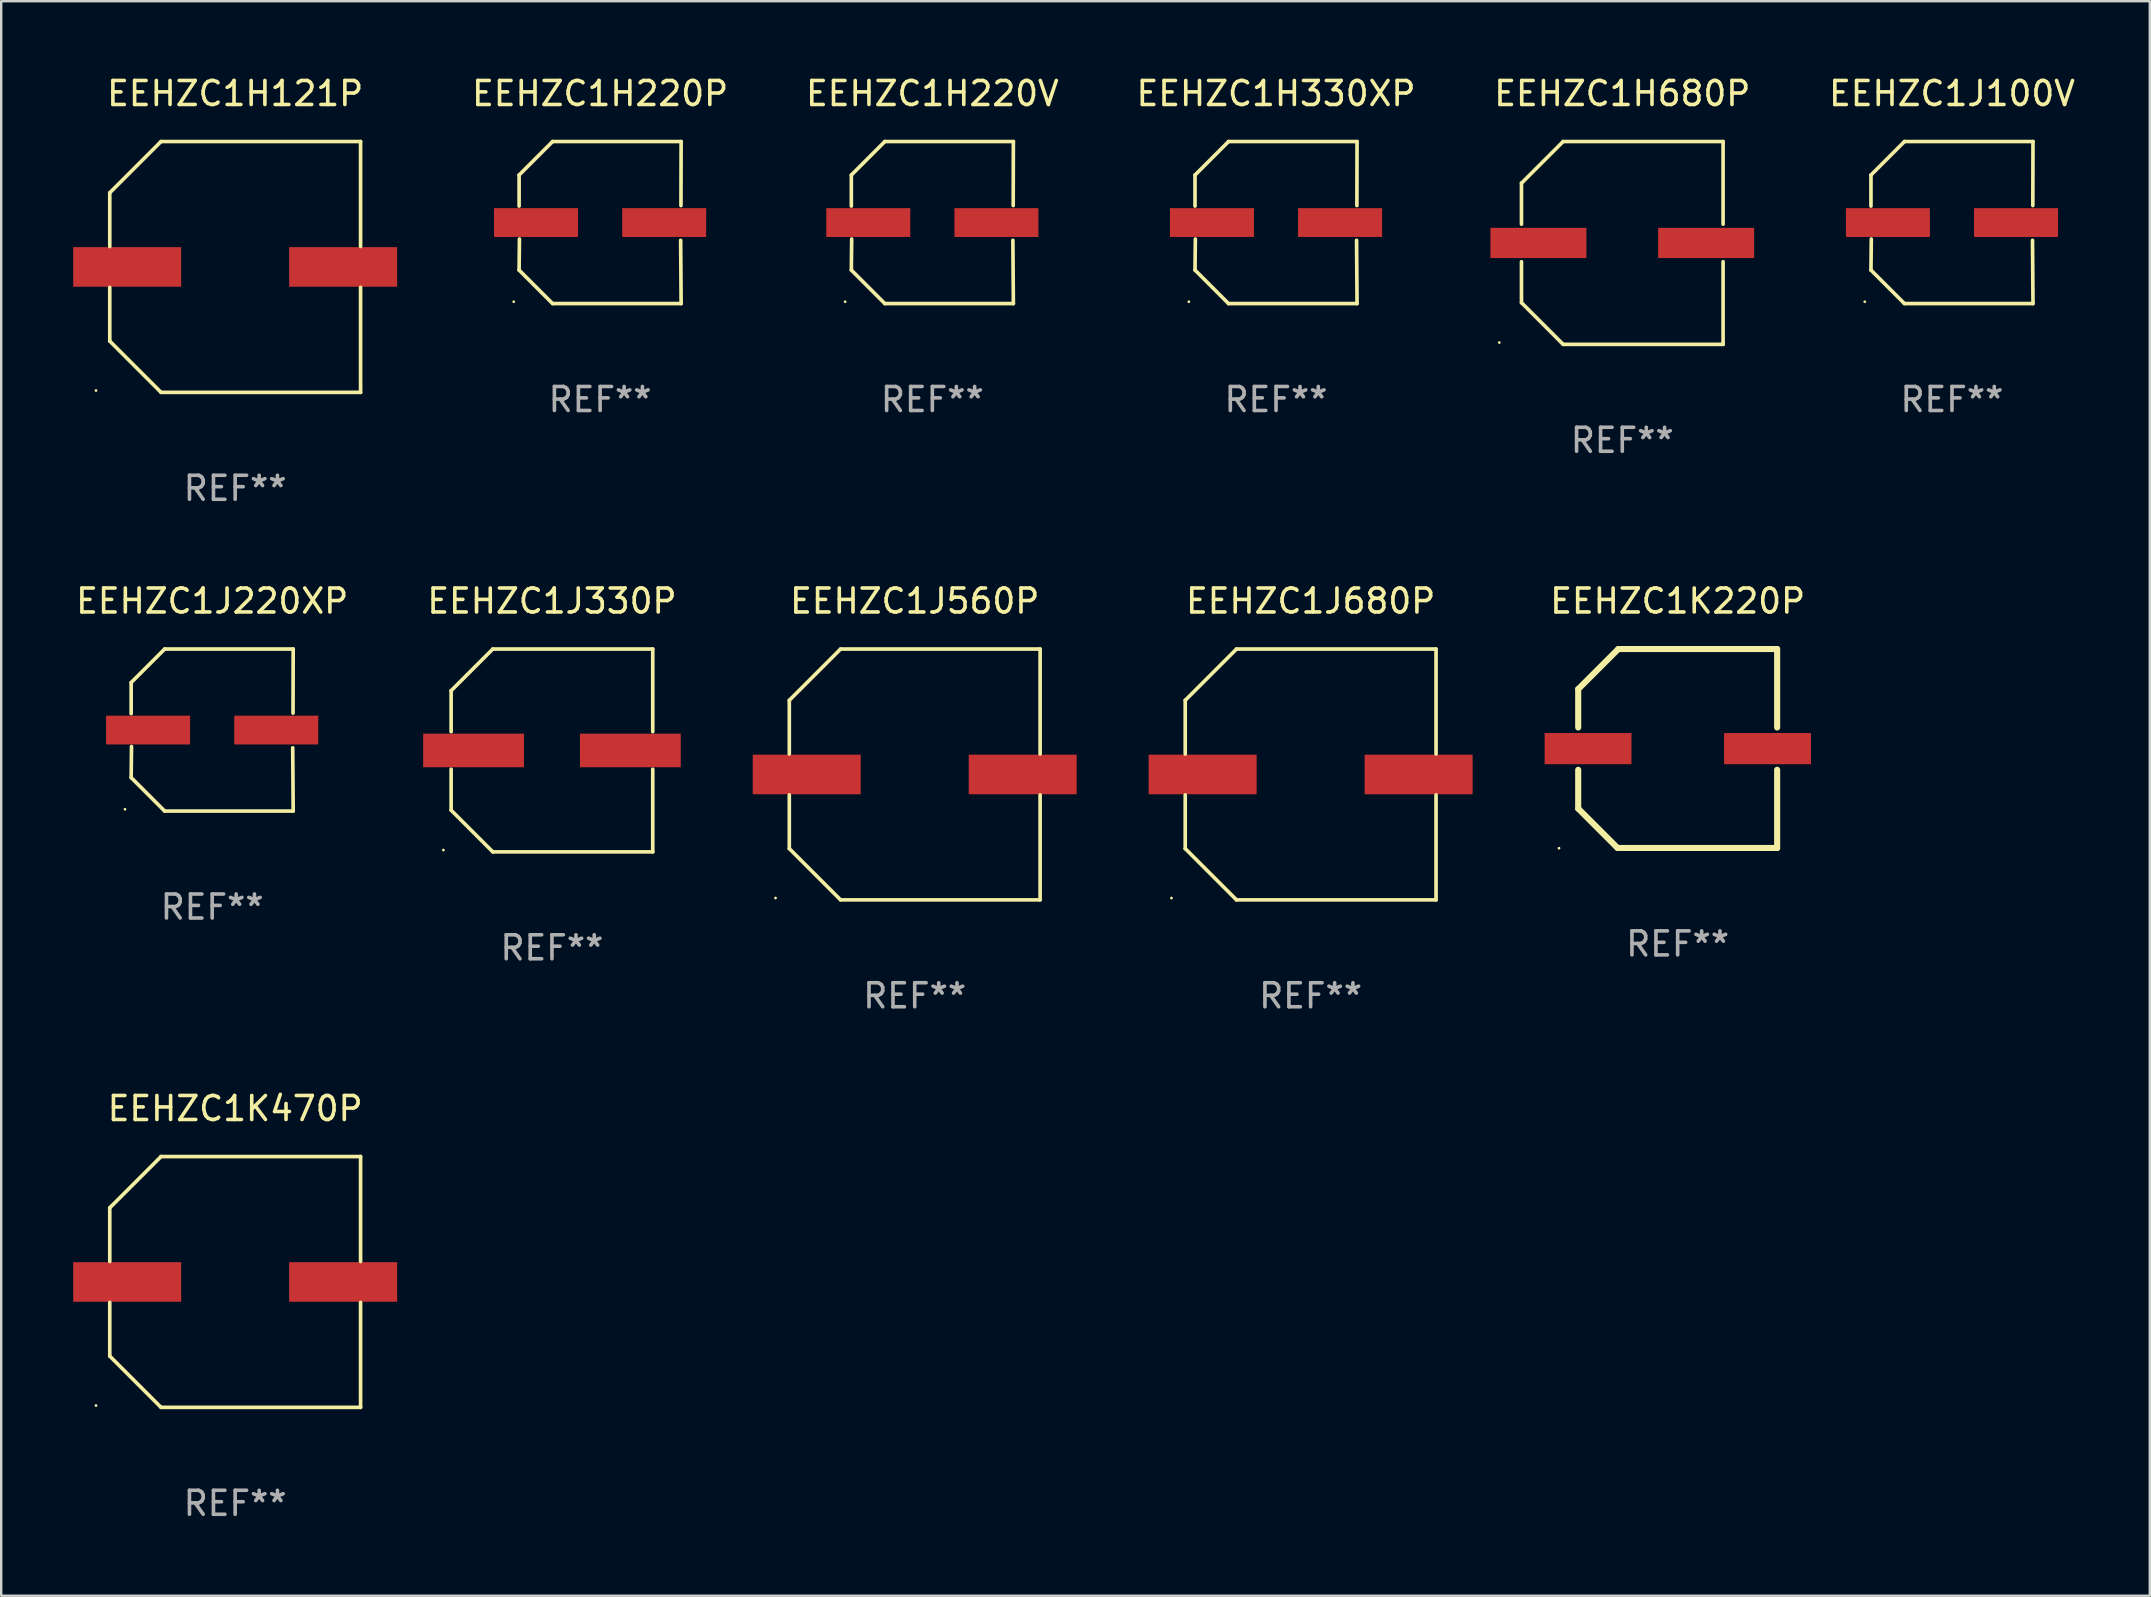
<source format=kicad_pcb>
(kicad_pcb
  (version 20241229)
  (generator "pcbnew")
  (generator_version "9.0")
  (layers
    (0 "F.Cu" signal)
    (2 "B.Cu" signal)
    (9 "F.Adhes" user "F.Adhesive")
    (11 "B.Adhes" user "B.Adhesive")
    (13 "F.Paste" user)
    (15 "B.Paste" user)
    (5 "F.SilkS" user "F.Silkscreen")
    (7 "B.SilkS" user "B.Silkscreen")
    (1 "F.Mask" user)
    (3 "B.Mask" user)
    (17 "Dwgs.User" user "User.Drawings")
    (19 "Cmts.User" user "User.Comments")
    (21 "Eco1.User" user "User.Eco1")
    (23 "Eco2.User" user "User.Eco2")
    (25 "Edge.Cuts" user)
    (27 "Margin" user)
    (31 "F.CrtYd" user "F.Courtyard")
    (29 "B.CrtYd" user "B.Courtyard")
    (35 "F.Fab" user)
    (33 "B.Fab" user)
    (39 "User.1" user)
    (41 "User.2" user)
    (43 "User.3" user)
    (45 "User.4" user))
  (footprint "EEHZC1H330XP"
    (layer "F.Cu")
    (at 50.125 6.224)
    (property "Reference" "EEHZC1H330XP" (at 0 -5.376 0) (layer "F.SilkS") (effects (font (size 1 1) (thickness 0.15))))
    (attr through_hole)
    (fp_line (start -3.376 -1.98) (end -3.376 -0.686) (stroke (width 0.152) (type solid)) (layer "F.SilkS"))
    (fp_line (start -3.376 1.981) (end -3.362 0.686) (stroke (width 0.152) (type solid)) (layer "F.SilkS"))
    (fp_line (start -1.981 3.376) (end -3.376 1.981) (stroke (width 0.152) (type solid)) (layer "F.SilkS"))
    (fp_line (start -1.98 -3.376) (end -3.376 -1.98) (stroke (width 0.152) (type solid)) (layer "F.SilkS"))
    (fp_line (start 3.356 0.74) (end 3.376 3.376) (stroke (width 0.152) (type solid)) (layer "F.SilkS"))
    (fp_line (start 3.369 -0.707) (end 3.376 -3.376) (stroke (width 0.152) (type solid)) (layer "F.SilkS"))
    (fp_line (start 3.376 3.376) (end -1.981 3.376) (stroke (width 0.152) (type solid)) (layer "F.SilkS"))
    (fp_line (start 3.376 -3.376) (end -1.98 -3.376) (stroke (width 0.152) (type solid)) (layer "F.SilkS"))
    (fp_circle (center -3.634 3.3) (end -3.604 3.3) (stroke (width 0.06) (type solid)) (fill no) (layer "F.SilkS"))
    (fp_text user "REF**" (at 0 7.376 0) (layer "F.Fab") (effects (font (size 1 1) (thickness 0.15))))
    (pad "1" smd rect (at -2.67 0.000254) (size 3.5 1.2) (layers "F.Cu" "F.Mask" "F.Paste"))
    (pad "2" smd rect (at 2.67 0.000254) (size 3.5 1.2) (layers "F.Cu" "F.Mask" "F.Paste")))
  (footprint "EEHZC1J330P"
    (layer "F.Cu")
    (at 19.951 28.223)
    (property "Reference" "EEHZC1J330P" (at 0 -6.226 0) (layer "F.SilkS") (effects (font (size 1 1) (thickness 0.15))))
    (attr through_hole)
    (fp_line (start -4.201 -2.49) (end -4.201 -0.782) (stroke (width 0.152) (type solid)) (layer "F.SilkS"))
    (fp_line (start -4.201 2.49) (end -4.201 0.782) (stroke (width 0.152) (type solid)) (layer "F.SilkS"))
    (fp_line (start -2.465 -4.226) (end -4.201 -2.49) (stroke (width 0.152) (type solid)) (layer "F.SilkS"))
    (fp_line (start -2.465 4.226) (end -4.201 2.49) (stroke (width 0.152) (type solid)) (layer "F.SilkS"))
    (fp_line (start 4.201 -4.226) (end -2.465 -4.226) (stroke (width 0.152) (type solid)) (layer "F.SilkS"))
    (fp_line (start 4.201 -0.782) (end 4.201 -4.226) (stroke (width 0.152) (type solid)) (layer "F.SilkS"))
    (fp_line (start 4.201 0.782) (end 4.201 4.226) (stroke (width 0.152) (type solid)) (layer "F.SilkS"))
    (fp_line (start 4.201 4.226) (end -2.465 4.226) (stroke (width 0.152) (type solid)) (layer "F.SilkS"))
    (fp_circle (center -4.524 4.15) (end -4.494 4.15) (stroke (width 0.06) (type solid)) (fill no) (layer "F.SilkS"))
    (fp_text user "REF**" (at 0 8.226 0) (layer "F.Fab") (effects (font (size 1 1) (thickness 0.15))))
    (pad "1" smd rect (at -3.267 0) (size 4.2 1.4) (layers "F.Cu" "F.Mask" "F.Paste"))
    (pad "2" smd rect (at 3.267 0) (size 4.2 1.4) (layers "F.Cu" "F.Mask" "F.Paste")))
  (footprint "EEHZC1H220V"
    (layer "F.Cu")
    (at 35.803 6.224)
    (property "Reference" "EEHZC1H220V" (at 0 -5.376 0) (layer "F.SilkS") (effects (font (size 1 1) (thickness 0.15))))
    (attr through_hole)
    (fp_line (start -3.376 -1.98) (end -3.376 -0.686) (stroke (width 0.152) (type solid)) (layer "F.SilkS"))
    (fp_line (start -3.376 1.981) (end -3.362 0.686) (stroke (width 0.152) (type solid)) (layer "F.SilkS"))
    (fp_line (start -1.981 3.376) (end -3.376 1.981) (stroke (width 0.152) (type solid)) (layer "F.SilkS"))
    (fp_line (start -1.98 -3.376) (end -3.376 -1.98) (stroke (width 0.152) (type solid)) (layer "F.SilkS"))
    (fp_line (start 3.356 0.74) (end 3.376 3.376) (stroke (width 0.152) (type solid)) (layer "F.SilkS"))
    (fp_line (start 3.369 -0.707) (end 3.376 -3.376) (stroke (width 0.152) (type solid)) (layer "F.SilkS"))
    (fp_line (start 3.376 3.376) (end -1.981 3.376) (stroke (width 0.152) (type solid)) (layer "F.SilkS"))
    (fp_line (start 3.376 -3.376) (end -1.98 -3.376) (stroke (width 0.152) (type solid)) (layer "F.SilkS"))
    (fp_circle (center -3.634 3.3) (end -3.604 3.3) (stroke (width 0.06) (type solid)) (fill no) (layer "F.SilkS"))
    (fp_text user "REF**" (at 0 7.376 0) (layer "F.Fab") (effects (font (size 1 1) (thickness 0.15))))
    (pad "1" smd rect (at -2.67 0.000254) (size 3.5 1.2) (layers "F.Cu" "F.Mask" "F.Paste"))
    (pad "2" smd rect (at 2.67 0.000254) (size 3.5 1.2) (layers "F.Cu" "F.Mask" "F.Paste")))
  (footprint "EEHZC1K220P"
    (layer "F.Cu")
    (at 66.862 28.142)
    (property "Reference" "EEHZC1K220P" (at 0 -6.145 0) (layer "F.SilkS") (effects (font (size 1 1) (thickness 0.15))))
    (attr through_hole)
    (fp_line (start -4.145 -2.475) (end -4.145 -0.876) (stroke (width 0.254) (type solid)) (layer "F.SilkS"))
    (fp_line (start -4.145 0.886) (end -4.145 2.505) (stroke (width 0.254) (type solid)) (layer "F.SilkS"))
    (fp_line (start -4.145 2.505) (end -2.505 4.145) (stroke (width 0.254) (type solid)) (layer "F.SilkS"))
    (fp_line (start -2.505 4.145) (end 4.145 4.145) (stroke (width 0.254) (type solid)) (layer "F.SilkS"))
    (fp_line (start -2.475 -4.145) (end -4.145 -2.475) (stroke (width 0.254) (type solid)) (layer "F.SilkS"))
    (fp_line (start 4.145 -4.145) (end -2.475 -4.145) (stroke (width 0.254) (type solid)) (layer "F.SilkS"))
    (fp_line (start 4.145 -0.876) (end 4.145 -4.145) (stroke (width 0.254) (type solid)) (layer "F.SilkS"))
    (fp_line (start 4.145 4.145) (end 4.145 0.886) (stroke (width 0.254) (type solid)) (layer "F.SilkS"))
    (fp_circle (center -4.945 4.155) (end -4.915 4.155) (stroke (width 0.06) (type solid)) (fill no) (layer "F.SilkS"))
    (fp_text user "REF**" (at 0 8.145 0) (layer "F.Fab") (effects (font (size 1 1) (thickness 0.15))))
    (pad "1" smd rect (at -3.735 0.005) (size 3.62 1.3) (layers "F.Cu" "F.Mask" "F.Paste"))
    (pad "2" smd rect (at 3.745 0.005) (size 3.62 1.3) (layers "F.Cu" "F.Mask" "F.Paste")))
  (footprint "EEHZC1J100V"
    (layer "F.Cu")
    (at 78.293 6.224)
    (property "Reference" "EEHZC1J100V" (at 0 -5.376 0) (layer "F.SilkS") (effects (font (size 1 1) (thickness 0.15))))
    (attr through_hole)
    (fp_line (start -3.376 -1.98) (end -3.376 -0.686) (stroke (width 0.152) (type solid)) (layer "F.SilkS"))
    (fp_line (start -3.376 1.981) (end -3.362 0.686) (stroke (width 0.152) (type solid)) (layer "F.SilkS"))
    (fp_line (start -1.981 3.376) (end -3.376 1.981) (stroke (width 0.152) (type solid)) (layer "F.SilkS"))
    (fp_line (start -1.98 -3.376) (end -3.376 -1.98) (stroke (width 0.152) (type solid)) (layer "F.SilkS"))
    (fp_line (start 3.356 0.74) (end 3.376 3.376) (stroke (width 0.152) (type solid)) (layer "F.SilkS"))
    (fp_line (start 3.369 -0.707) (end 3.376 -3.376) (stroke (width 0.152) (type solid)) (layer "F.SilkS"))
    (fp_line (start 3.376 3.376) (end -1.981 3.376) (stroke (width 0.152) (type solid)) (layer "F.SilkS"))
    (fp_line (start 3.376 -3.376) (end -1.98 -3.376) (stroke (width 0.152) (type solid)) (layer "F.SilkS"))
    (fp_circle (center -3.634 3.3) (end -3.604 3.3) (stroke (width 0.06) (type solid)) (fill no) (layer "F.SilkS"))
    (fp_text user "REF**" (at 0 7.376 0) (layer "F.Fab") (effects (font (size 1 1) (thickness 0.15))))
    (pad "1" smd rect (at -2.67 0.000254) (size 3.5 1.2) (layers "F.Cu" "F.Mask" "F.Paste"))
    (pad "2" smd rect (at 2.67 0.000254) (size 3.5 1.2) (layers "F.Cu" "F.Mask" "F.Paste")))
  (footprint "EEHZC1H680P"
    (layer "F.Cu")
    (at 64.554 7.074)
    (property "Reference" "EEHZC1H680P" (at 0 -6.226 0) (layer "F.SilkS") (effects (font (size 1 1) (thickness 0.15))))
    (attr through_hole)
    (fp_line (start -4.201 -2.49) (end -4.201 -0.782) (stroke (width 0.152) (type solid)) (layer "F.SilkS"))
    (fp_line (start -4.201 2.49) (end -4.201 0.782) (stroke (width 0.152) (type solid)) (layer "F.SilkS"))
    (fp_line (start -2.465 -4.226) (end -4.201 -2.49) (stroke (width 0.152) (type solid)) (layer "F.SilkS"))
    (fp_line (start -2.465 4.226) (end -4.201 2.49) (stroke (width 0.152) (type solid)) (layer "F.SilkS"))
    (fp_line (start 4.201 -4.226) (end -2.465 -4.226) (stroke (width 0.152) (type solid)) (layer "F.SilkS"))
    (fp_line (start 4.201 -0.782) (end 4.201 -4.226) (stroke (width 0.152) (type solid)) (layer "F.SilkS"))
    (fp_line (start 4.201 0.782) (end 4.201 4.226) (stroke (width 0.152) (type solid)) (layer "F.SilkS"))
    (fp_line (start 4.201 4.226) (end -2.465 4.226) (stroke (width 0.152) (type solid)) (layer "F.SilkS"))
    (fp_circle (center -5.125 4.15) (end -5.095 4.15) (stroke (width 0.06) (type solid)) (fill no) (layer "F.SilkS"))
    (fp_text user "REF**" (at 0 8.226 0) (layer "F.Fab") (effects (font (size 1 1) (thickness 0.15))))
    (pad "1" smd rect (at -3.495 0.000051) (size 4 1.26) (layers "F.Cu" "F.Mask" "F.Paste"))
    (pad "2" smd rect (at 3.495 0.000051) (size 4 1.26) (layers "F.Cu" "F.Mask" "F.Paste")))
  (footprint "EEHZC1H121P"
    (layer "F.Cu")
    (at 6.75 8.074)
    (property "Reference" "EEHZC1H121P" (at 0 -7.226 0) (layer "F.SilkS") (effects (font (size 1 1) (thickness 0.15))))
    (attr through_hole)
    (fp_line (start -5.226 -3.09) (end -5.226 -0.852) (stroke (width 0.152) (type solid)) (layer "F.SilkS"))
    (fp_line (start -5.226 3.09) (end -5.226 0.852) (stroke (width 0.152) (type solid)) (layer "F.SilkS"))
    (fp_line (start -3.09 -5.226) (end -5.226 -3.09) (stroke (width 0.152) (type solid)) (layer "F.SilkS"))
    (fp_line (start -3.09 5.226) (end -5.226 3.09) (stroke (width 0.152) (type solid)) (layer "F.SilkS"))
    (fp_line (start 5.226 -5.226) (end -3.09 -5.226) (stroke (width 0.152) (type solid)) (layer "F.SilkS"))
    (fp_line (start 5.226 -0.852) (end 5.226 -5.226) (stroke (width 0.152) (type solid)) (layer "F.SilkS"))
    (fp_line (start 5.226 0.852) (end 5.226 5.226) (stroke (width 0.152) (type solid)) (layer "F.SilkS"))
    (fp_line (start 5.226 5.226) (end -3.09 5.226) (stroke (width 0.152) (type solid)) (layer "F.SilkS"))
    (fp_circle (center -5.8 5.15) (end -5.77 5.15) (stroke (width 0.06) (type solid)) (fill no) (layer "F.SilkS"))
    (fp_text user "REF**" (at 0 9.226 0) (layer "F.Fab") (effects (font (size 1 1) (thickness 0.15))))
    (pad "1" smd rect (at -4.5 0) (size 4.5 1.65) (layers "F.Cu" "F.Mask" "F.Paste"))
    (pad "2" smd rect (at 4.5 0) (size 4.5 1.65) (layers "F.Cu" "F.Mask" "F.Paste")))
  (footprint "EEHZC1K470P"
    (layer "F.Cu")
    (at 6.75 50.372)
    (property "Reference" "EEHZC1K470P" (at 0 -7.226 0) (layer "F.SilkS") (effects (font (size 1 1) (thickness 0.15))))
    (attr through_hole)
    (fp_line (start -5.226 -3.09) (end -5.226 -0.852) (stroke (width 0.152) (type solid)) (layer "F.SilkS"))
    (fp_line (start -5.226 3.09) (end -5.226 0.852) (stroke (width 0.152) (type solid)) (layer "F.SilkS"))
    (fp_line (start -3.09 -5.226) (end -5.226 -3.09) (stroke (width 0.152) (type solid)) (layer "F.SilkS"))
    (fp_line (start -3.09 5.226) (end -5.226 3.09) (stroke (width 0.152) (type solid)) (layer "F.SilkS"))
    (fp_line (start 5.226 -5.226) (end -3.09 -5.226) (stroke (width 0.152) (type solid)) (layer "F.SilkS"))
    (fp_line (start 5.226 -0.852) (end 5.226 -5.226) (stroke (width 0.152) (type solid)) (layer "F.SilkS"))
    (fp_line (start 5.226 0.852) (end 5.226 5.226) (stroke (width 0.152) (type solid)) (layer "F.SilkS"))
    (fp_line (start 5.226 5.226) (end -3.09 5.226) (stroke (width 0.152) (type solid)) (layer "F.SilkS"))
    (fp_circle (center -5.8 5.15) (end -5.77 5.15) (stroke (width 0.06) (type solid)) (fill no) (layer "F.SilkS"))
    (fp_text user "REF**" (at 0 9.226 0) (layer "F.Fab") (effects (font (size 1 1) (thickness 0.15))))
    (pad "1" smd rect (at -4.5 0) (size 4.5 1.65) (layers "F.Cu" "F.Mask" "F.Paste"))
    (pad "2" smd rect (at 4.5 0) (size 4.5 1.65) (layers "F.Cu" "F.Mask" "F.Paste")))
  (footprint "EEHZC1H220P"
    (layer "F.Cu")
    (at 21.958 6.224)
    (property "Reference" "EEHZC1H220P" (at 0 -5.376 0) (layer "F.SilkS") (effects (font (size 1 1) (thickness 0.15))))
    (attr through_hole)
    (fp_line (start -3.376 -1.98) (end -3.376 -0.686) (stroke (width 0.152) (type solid)) (layer "F.SilkS"))
    (fp_line (start -3.376 1.981) (end -3.362 0.686) (stroke (width 0.152) (type solid)) (layer "F.SilkS"))
    (fp_line (start -1.981 3.376) (end -3.376 1.981) (stroke (width 0.152) (type solid)) (layer "F.SilkS"))
    (fp_line (start -1.98 -3.376) (end -3.376 -1.98) (stroke (width 0.152) (type solid)) (layer "F.SilkS"))
    (fp_line (start 3.356 0.74) (end 3.376 3.376) (stroke (width 0.152) (type solid)) (layer "F.SilkS"))
    (fp_line (start 3.369 -0.707) (end 3.376 -3.376) (stroke (width 0.152) (type solid)) (layer "F.SilkS"))
    (fp_line (start 3.376 3.376) (end -1.981 3.376) (stroke (width 0.152) (type solid)) (layer "F.SilkS"))
    (fp_line (start 3.376 -3.376) (end -1.98 -3.376) (stroke (width 0.152) (type solid)) (layer "F.SilkS"))
    (fp_circle (center -3.6 3.3) (end -3.57 3.3) (stroke (width 0.06) (type solid)) (fill no) (layer "F.SilkS"))
    (fp_text user "REF**" (at 0 7.376 0) (layer "F.Fab") (effects (font (size 1 1) (thickness 0.15))))
    (pad "1" smd rect (at -2.67 0.000381) (size 3.5 1.2) (layers "F.Cu" "F.Mask" "F.Paste"))
    (pad "2" smd rect (at 2.67 0.000381) (size 3.5 1.2) (layers "F.Cu" "F.Mask" "F.Paste")))
  (footprint "EEHZC1J560P"
    (layer "F.Cu")
    (at 35.068 29.223)
    (property "Reference" "EEHZC1J560P" (at 0 -7.226 0) (layer "F.SilkS") (effects (font (size 1 1) (thickness 0.15))))
    (attr through_hole)
    (fp_line (start -5.226 -3.09) (end -5.226 -0.852) (stroke (width 0.152) (type solid)) (layer "F.SilkS"))
    (fp_line (start -5.226 3.09) (end -5.226 0.852) (stroke (width 0.152) (type solid)) (layer "F.SilkS"))
    (fp_line (start -3.09 -5.226) (end -5.226 -3.09) (stroke (width 0.152) (type solid)) (layer "F.SilkS"))
    (fp_line (start -3.09 5.226) (end -5.226 3.09) (stroke (width 0.152) (type solid)) (layer "F.SilkS"))
    (fp_line (start 5.226 -5.226) (end -3.09 -5.226) (stroke (width 0.152) (type solid)) (layer "F.SilkS"))
    (fp_line (start 5.226 -0.852) (end 5.226 -5.226) (stroke (width 0.152) (type solid)) (layer "F.SilkS"))
    (fp_line (start 5.226 0.852) (end 5.226 5.226) (stroke (width 0.152) (type solid)) (layer "F.SilkS"))
    (fp_line (start 5.226 5.226) (end -3.09 5.226) (stroke (width 0.152) (type solid)) (layer "F.SilkS"))
    (fp_circle (center -5.8 5.15) (end -5.77 5.15) (stroke (width 0.06) (type solid)) (fill no) (layer "F.SilkS"))
    (fp_text user "REF**" (at 0 9.226 0) (layer "F.Fab") (effects (font (size 1 1) (thickness 0.15))))
    (pad "1" smd rect (at -4.5 0) (size 4.5 1.65) (layers "F.Cu" "F.Mask" "F.Paste"))
    (pad "2" smd rect (at 4.5 0) (size 4.5 1.65) (layers "F.Cu" "F.Mask" "F.Paste")))
  (footprint "EEHZC1J680P"
    (layer "F.Cu")
    (at 51.567 29.223)
    (property "Reference" "EEHZC1J680P" (at 0 -7.226 0) (layer "F.SilkS") (effects (font (size 1 1) (thickness 0.15))))
    (attr through_hole)
    (fp_line (start -5.226 -3.09) (end -5.226 -0.852) (stroke (width 0.152) (type solid)) (layer "F.SilkS"))
    (fp_line (start -5.226 3.09) (end -5.226 0.852) (stroke (width 0.152) (type solid)) (layer "F.SilkS"))
    (fp_line (start -3.09 -5.226) (end -5.226 -3.09) (stroke (width 0.152) (type solid)) (layer "F.SilkS"))
    (fp_line (start -3.09 5.226) (end -5.226 3.09) (stroke (width 0.152) (type solid)) (layer "F.SilkS"))
    (fp_line (start 5.226 -5.226) (end -3.09 -5.226) (stroke (width 0.152) (type solid)) (layer "F.SilkS"))
    (fp_line (start 5.226 -0.852) (end 5.226 -5.226) (stroke (width 0.152) (type solid)) (layer "F.SilkS"))
    (fp_line (start 5.226 0.852) (end 5.226 5.226) (stroke (width 0.152) (type solid)) (layer "F.SilkS"))
    (fp_line (start 5.226 5.226) (end -3.09 5.226) (stroke (width 0.152) (type solid)) (layer "F.SilkS"))
    (fp_circle (center -5.8 5.15) (end -5.77 5.15) (stroke (width 0.06) (type solid)) (fill no) (layer "F.SilkS"))
    (fp_text user "REF**" (at 0 9.226 0) (layer "F.Fab") (effects (font (size 1 1) (thickness 0.15))))
    (pad "1" smd rect (at -4.5 0) (size 4.5 1.65) (layers "F.Cu" "F.Mask" "F.Paste"))
    (pad "2" smd rect (at 4.5 0) (size 4.5 1.65) (layers "F.Cu" "F.Mask" "F.Paste")))
  (footprint "EEHZC1J220XP"
    (layer "F.Cu")
    (at 5.792 27.373)
    (property "Reference" "EEHZC1J220XP" (at 0 -5.376 0) (layer "F.SilkS") (effects (font (size 1 1) (thickness 0.15))))
    (attr through_hole)
    (fp_line (start -3.376 -1.98) (end -3.376 -0.686) (stroke (width 0.152) (type solid)) (layer "F.SilkS"))
    (fp_line (start -3.376 1.981) (end -3.362 0.686) (stroke (width 0.152) (type solid)) (layer "F.SilkS"))
    (fp_line (start -1.981 3.376) (end -3.376 1.981) (stroke (width 0.152) (type solid)) (layer "F.SilkS"))
    (fp_line (start -1.98 -3.376) (end -3.376 -1.98) (stroke (width 0.152) (type solid)) (layer "F.SilkS"))
    (fp_line (start 3.356 0.74) (end 3.376 3.376) (stroke (width 0.152) (type solid)) (layer "F.SilkS"))
    (fp_line (start 3.369 -0.707) (end 3.376 -3.376) (stroke (width 0.152) (type solid)) (layer "F.SilkS"))
    (fp_line (start 3.376 3.376) (end -1.981 3.376) (stroke (width 0.152) (type solid)) (layer "F.SilkS"))
    (fp_line (start 3.376 -3.376) (end -1.98 -3.376) (stroke (width 0.152) (type solid)) (layer "F.SilkS"))
    (fp_circle (center -3.634 3.3) (end -3.604 3.3) (stroke (width 0.06) (type solid)) (fill no) (layer "F.SilkS"))
    (fp_text user "REF**" (at 0 7.376 0) (layer "F.Fab") (effects (font (size 1 1) (thickness 0.15))))
    (pad "1" smd rect (at -2.67 0.000254) (size 3.5 1.2) (layers "F.Cu" "F.Mask" "F.Paste"))
    (pad "2" smd rect (at 2.67 0.000254) (size 3.5 1.2) (layers "F.Cu" "F.Mask" "F.Paste")))
  (gr_rect
    (start -3 -3)
    (end 86.537 63.447)
    (stroke (width 0.1) (type default))
    (fill no)
    (layer "Edge.Cuts")))
</source>
